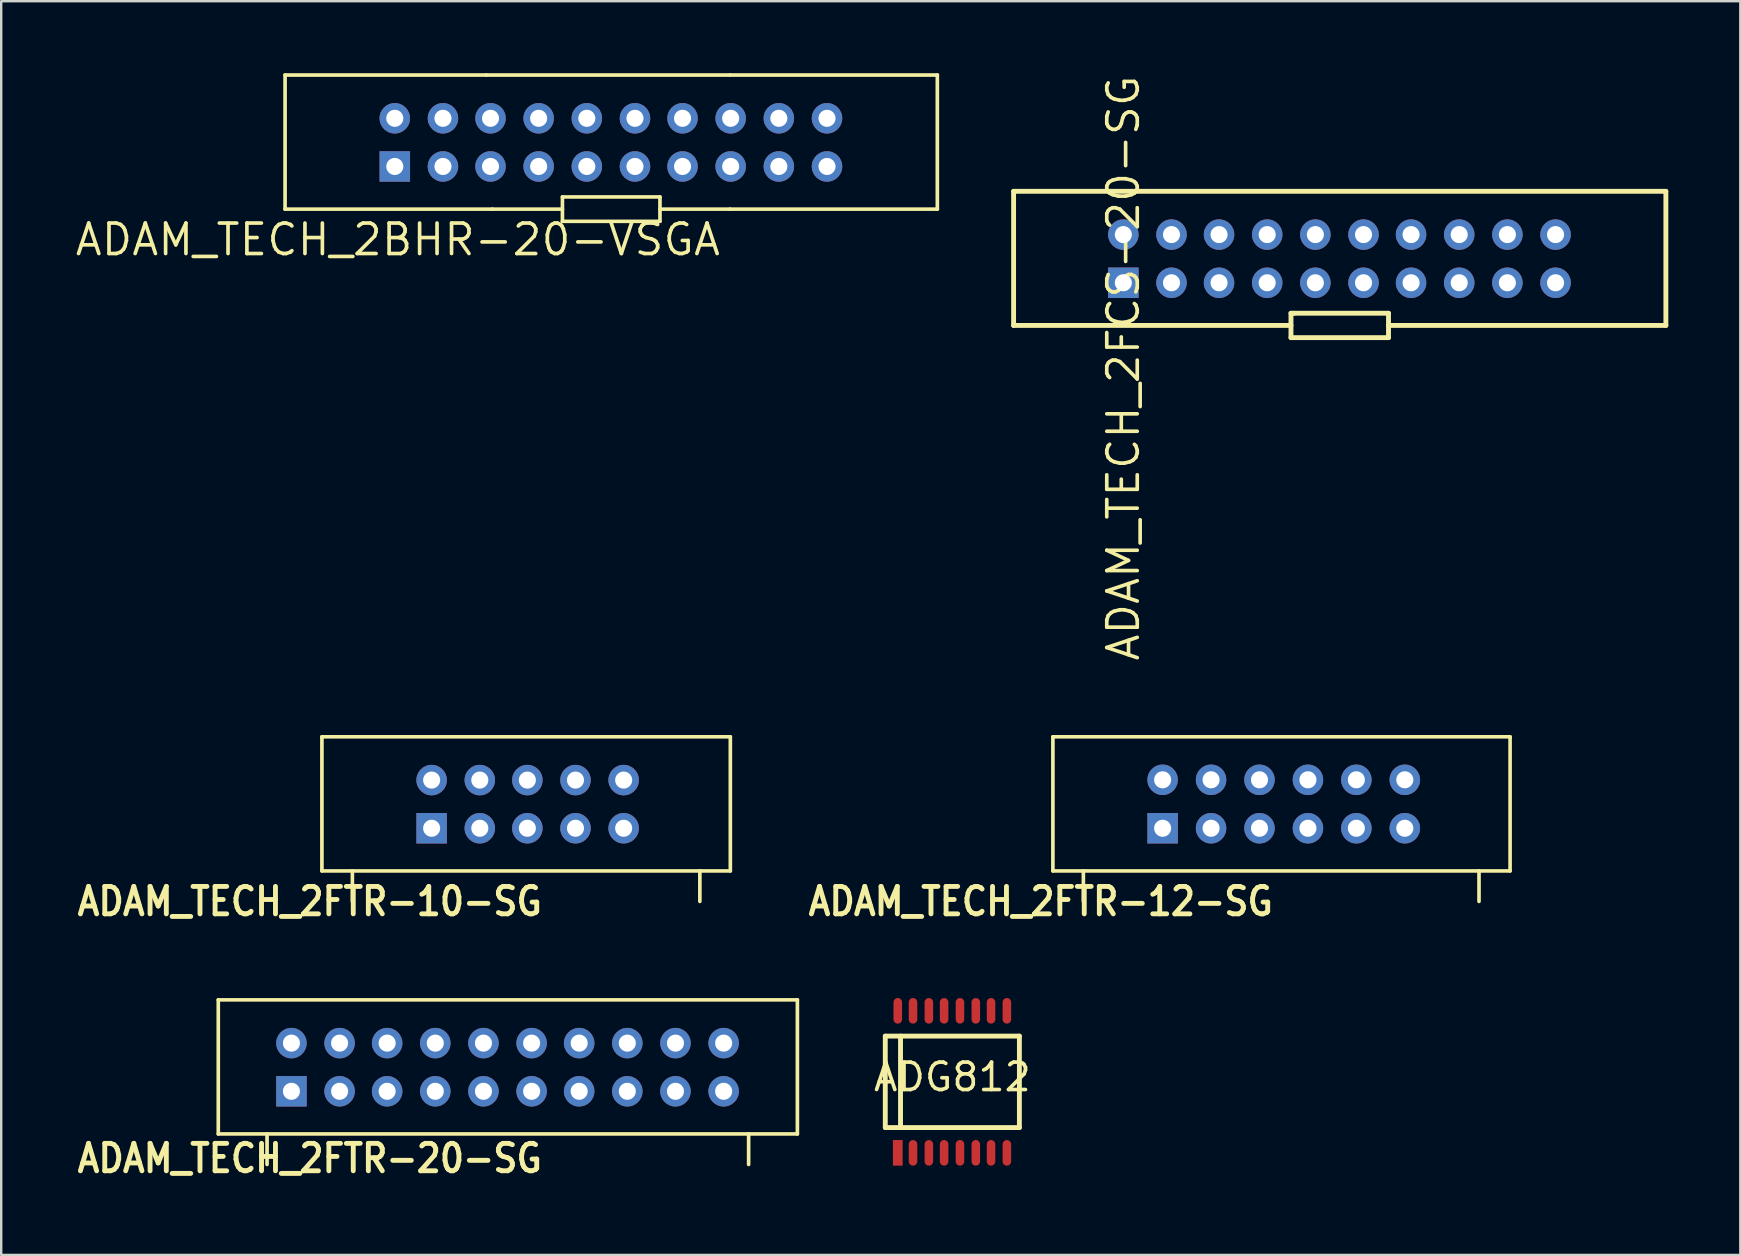
<source format=kicad_pcb>
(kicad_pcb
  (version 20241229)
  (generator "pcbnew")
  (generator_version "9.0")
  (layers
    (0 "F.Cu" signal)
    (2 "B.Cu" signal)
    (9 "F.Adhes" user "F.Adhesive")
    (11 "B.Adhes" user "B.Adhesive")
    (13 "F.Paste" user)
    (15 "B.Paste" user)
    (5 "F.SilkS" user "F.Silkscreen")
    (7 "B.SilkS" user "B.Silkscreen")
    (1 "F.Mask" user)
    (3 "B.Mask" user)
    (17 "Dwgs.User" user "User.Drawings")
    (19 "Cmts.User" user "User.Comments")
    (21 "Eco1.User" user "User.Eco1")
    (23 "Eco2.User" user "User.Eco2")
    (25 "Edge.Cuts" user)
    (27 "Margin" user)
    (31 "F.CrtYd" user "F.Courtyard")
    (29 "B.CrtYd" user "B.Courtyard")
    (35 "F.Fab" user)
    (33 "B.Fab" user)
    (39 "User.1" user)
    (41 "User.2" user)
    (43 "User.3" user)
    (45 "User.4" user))
  (footprint "ADAM_TECH_2BHR-20-VSGA"
    (layer "F.Cu")
    (at 13.4 3.886)
    (property "Reference" "ADAM_TECH_2BHR-20-VSGA" (at 0.127 3.048 0) (layer "F.SilkS") (effects (font (size 1.27 1.27) (thickness 0.152))))
    (attr through_hole)
    (fp_line (start -4.572 -3.81) (end -4.572 1.778) (stroke (width 0.152) (type solid)) (layer "F.SilkS"))
    (fp_line (start 3.81 -3.81) (end -4.572 -3.81) (stroke (width 0.152) (type solid)) (layer "F.SilkS"))
    (fp_line (start 3.81 -3.81) (end 13.97 -3.81) (stroke (width 0.152) (type solid)) (layer "F.SilkS"))
    (fp_line (start 4.064 1.778) (end -4.572 1.778) (stroke (width 0.152) (type solid)) (layer "F.SilkS"))
    (fp_line (start 4.064 1.778) (end 6.985 1.778) (stroke (width 0.152) (type solid)) (layer "F.SilkS"))
    (fp_line (start 6.985 1.27) (end 6.985 2.286) (stroke (width 0.152) (type solid)) (layer "F.SilkS"))
    (fp_line (start 6.985 1.27) (end 11.049 1.27) (stroke (width 0.152) (type solid)) (layer "F.SilkS"))
    (fp_line (start 11.049 1.27) (end 11.049 2.286) (stroke (width 0.152) (type solid)) (layer "F.SilkS"))
    (fp_line (start 11.049 2.286) (end 6.985 2.286) (stroke (width 0.152) (type solid)) (layer "F.SilkS"))
    (fp_line (start 13.97 1.778) (end 11.049 1.778) (stroke (width 0.152) (type solid)) (layer "F.SilkS"))
    (fp_line (start 22.606 -3.81) (end 13.97 -3.81) (stroke (width 0.152) (type solid)) (layer "F.SilkS"))
    (fp_line (start 22.606 -3.81) (end 22.606 1.778) (stroke (width 0.152) (type solid)) (layer "F.SilkS"))
    (fp_line (start 22.606 1.778) (end 13.97 1.778) (stroke (width 0.152) (type solid)) (layer "F.SilkS"))
    (pad "1" thru_hole rect (at 0 0) (size 1.27 1.27) (drill 0.711) (layers "*.Cu" "*.Mask" "Eco1.User"))
    (pad "2" thru_hole circle (at 0 -2.007) (size 1.27 1.27) (drill 0.711) (layers "*.Cu" "*.Mask" "Eco1.User"))
    (pad "3" thru_hole circle (at 2.007 0) (size 1.27 1.27) (drill 0.711) (layers "*.Cu" "*.Mask" "Eco1.User"))
    (pad "4" thru_hole circle (at 2.007 -2.007) (size 1.27 1.27) (drill 0.711) (layers "*.Cu" "*.Mask" "Eco1.User"))
    (pad "5" thru_hole circle (at 3.988 0) (size 1.27 1.27) (drill 0.711) (layers "*.Cu" "*.Mask" "Eco1.User"))
    (pad "6" thru_hole circle (at 3.988 -2.007) (size 1.27 1.27) (drill 0.711) (layers "*.Cu" "*.Mask" "Eco1.User"))
    (pad "7" thru_hole circle (at 5.994 0) (size 1.27 1.27) (drill 0.711) (layers "*.Cu" "*.Mask" "Eco1.User"))
    (pad "8" thru_hole circle (at 5.994 -2.007) (size 1.27 1.27) (drill 0.711) (layers "*.Cu" "*.Mask" "Eco1.User"))
    (pad "9" thru_hole circle (at 8.001 0) (size 1.27 1.27) (drill 0.711) (layers "*.Cu" "*.Mask" "Eco1.User"))
    (pad "10" thru_hole circle (at 8.001 -2.007) (size 1.27 1.27) (drill 0.711) (layers "*.Cu" "*.Mask" "Eco1.User"))
    (pad "11" thru_hole circle (at 10.008 0) (size 1.27 1.27) (drill 0.711) (layers "*.Cu" "*.Mask" "Eco1.User"))
    (pad "12" thru_hole circle (at 10.008 -2.007) (size 1.27 1.27) (drill 0.711) (layers "*.Cu" "*.Mask" "Eco1.User"))
    (pad "13" thru_hole circle (at 11.989 0) (size 1.27 1.27) (drill 0.711) (layers "*.Cu" "*.Mask" "Eco1.User"))
    (pad "14" thru_hole circle (at 11.989 -2.007) (size 1.27 1.27) (drill 0.711) (layers "*.Cu" "*.Mask" "Eco1.User"))
    (pad "15" thru_hole circle (at 13.995 0) (size 1.27 1.27) (drill 0.711) (layers "*.Cu" "*.Mask" "Eco1.User"))
    (pad "16" thru_hole circle (at 13.995 -2.007) (size 1.27 1.27) (drill 0.711) (layers "*.Cu" "*.Mask" "Eco1.User"))
    (pad "17" thru_hole circle (at 16.002 0) (size 1.27 1.27) (drill 0.711) (layers "*.Cu" "*.Mask" "Eco1.User"))
    (pad "18" thru_hole circle (at 16.002 -2.007) (size 1.27 1.27) (drill 0.711) (layers "*.Cu" "*.Mask" "Eco1.User"))
    (pad "19" thru_hole circle (at 18.009 0) (size 1.27 1.27) (drill 0.711) (layers "*.Cu" "*.Mask" "Eco1.User"))
    (pad "20" thru_hole circle (at 18.009 -2.007) (size 1.27 1.27) (drill 0.711) (layers "*.Cu" "*.Mask" "Eco1.User")))
  (footprint "ADAM_TECH_2FCS-20-SG"
    (layer "F.Cu")
    (at 43.756 8.732)
    (property "Reference" "ADAM_TECH_2FCS-20-SG" (at 0 3.556 90) (layer "F.SilkS") (effects (font (size 1.27 1.27) (thickness 0.152))))
    (attr through_hole)
    (fp_line (start -4.572 -3.81) (end 22.606 -3.81) (stroke (width 0.203) (type solid)) (layer "F.SilkS"))
    (fp_line (start -4.572 1.778) (end -4.572 -3.81) (stroke (width 0.203) (type solid)) (layer "F.SilkS"))
    (fp_line (start 6.985 1.27) (end 6.985 2.286) (stroke (width 0.203) (type solid)) (layer "F.SilkS"))
    (fp_line (start 6.985 1.778) (end -4.572 1.778) (stroke (width 0.203) (type solid)) (layer "F.SilkS"))
    (fp_line (start 6.985 2.286) (end 11.049 2.286) (stroke (width 0.203) (type solid)) (layer "F.SilkS"))
    (fp_line (start 7.112 1.27) (end 6.985 1.27) (stroke (width 0.203) (type solid)) (layer "F.SilkS"))
    (fp_line (start 11.049 1.27) (end 7.112 1.27) (stroke (width 0.203) (type solid)) (layer "F.SilkS"))
    (fp_line (start 11.049 1.778) (end 11.049 1.27) (stroke (width 0.203) (type solid)) (layer "F.SilkS"))
    (fp_line (start 11.049 2.286) (end 11.049 1.778) (stroke (width 0.203) (type solid)) (layer "F.SilkS"))
    (fp_line (start 22.606 -3.81) (end 22.606 1.778) (stroke (width 0.203) (type solid)) (layer "F.SilkS"))
    (fp_line (start 22.606 1.778) (end 11.049 1.778) (stroke (width 0.203) (type solid)) (layer "F.SilkS"))
    (fp_line (start -4.572 -3.81) (end -4.572 1.778) (stroke (width 0.152) (type solid)) (layer "Eco1.User"))
    (fp_line (start 3.81 -3.81) (end -4.572 -3.81) (stroke (width 0.152) (type solid)) (layer "Eco1.User"))
    (fp_line (start 3.81 -3.81) (end 13.97 -3.81) (stroke (width 0.152) (type solid)) (layer "Eco1.User"))
    (fp_line (start 4.064 1.778) (end -4.572 1.778) (stroke (width 0.152) (type solid)) (layer "Eco1.User"))
    (fp_line (start 4.064 1.778) (end 6.985 1.778) (stroke (width 0.152) (type solid)) (layer "Eco1.User"))
    (fp_line (start 6.985 1.27) (end 6.985 2.286) (stroke (width 0.152) (type solid)) (layer "Eco1.User"))
    (fp_line (start 6.985 1.27) (end 11.049 1.27) (stroke (width 0.152) (type solid)) (layer "Eco1.User"))
    (fp_line (start 11.049 1.27) (end 11.049 2.286) (stroke (width 0.152) (type solid)) (layer "Eco1.User"))
    (fp_line (start 11.049 2.286) (end 6.985 2.286) (stroke (width 0.152) (type solid)) (layer "Eco1.User"))
    (fp_line (start 13.97 1.778) (end 11.049 1.778) (stroke (width 0.152) (type solid)) (layer "Eco1.User"))
    (fp_line (start 22.606 -3.81) (end 13.97 -3.81) (stroke (width 0.152) (type solid)) (layer "Eco1.User"))
    (fp_line (start 22.606 -3.81) (end 22.606 1.778) (stroke (width 0.152) (type solid)) (layer "Eco1.User"))
    (fp_line (start 22.606 1.778) (end 13.97 1.778) (stroke (width 0.152) (type solid)) (layer "Eco1.User"))
    (pad "1" thru_hole rect (at 0 0) (size 1.27 1.27) (drill 0.711) (layers "*.Cu" "*.Mask" "Eco1.User"))
    (pad "2" thru_hole circle (at 0 -2.007) (size 1.27 1.27) (drill 0.711) (layers "*.Cu" "*.Mask" "Eco1.User"))
    (pad "3" thru_hole circle (at 2.007 0) (size 1.27 1.27) (drill 0.711) (layers "*.Cu" "*.Mask" "Eco1.User"))
    (pad "4" thru_hole circle (at 2.007 -2.007) (size 1.27 1.27) (drill 0.711) (layers "*.Cu" "*.Mask" "Eco1.User"))
    (pad "5" thru_hole circle (at 3.988 0) (size 1.27 1.27) (drill 0.711) (layers "*.Cu" "*.Mask" "Eco1.User"))
    (pad "6" thru_hole circle (at 3.988 -2.007) (size 1.27 1.27) (drill 0.711) (layers "*.Cu" "*.Mask" "Eco1.User"))
    (pad "7" thru_hole circle (at 5.994 0) (size 1.27 1.27) (drill 0.711) (layers "*.Cu" "*.Mask" "Eco1.User"))
    (pad "8" thru_hole circle (at 5.994 -2.007) (size 1.27 1.27) (drill 0.711) (layers "*.Cu" "*.Mask" "Eco1.User"))
    (pad "9" thru_hole circle (at 8.001 0) (size 1.27 1.27) (drill 0.711) (layers "*.Cu" "*.Mask" "Eco1.User"))
    (pad "10" thru_hole circle (at 8.001 -2.007) (size 1.27 1.27) (drill 0.711) (layers "*.Cu" "*.Mask" "Eco1.User"))
    (pad "11" thru_hole circle (at 10.008 0) (size 1.27 1.27) (drill 0.711) (layers "*.Cu" "*.Mask" "Eco1.User"))
    (pad "12" thru_hole circle (at 10.008 -2.007) (size 1.27 1.27) (drill 0.711) (layers "*.Cu" "*.Mask" "Eco1.User"))
    (pad "13" thru_hole circle (at 11.989 0) (size 1.27 1.27) (drill 0.711) (layers "*.Cu" "*.Mask" "Eco1.User"))
    (pad "14" thru_hole circle (at 11.989 -2.007) (size 1.27 1.27) (drill 0.711) (layers "*.Cu" "*.Mask" "Eco1.User"))
    (pad "15" thru_hole circle (at 13.995 0) (size 1.27 1.27) (drill 0.711) (layers "*.Cu" "*.Mask" "Eco1.User"))
    (pad "16" thru_hole circle (at 13.995 -2.007) (size 1.27 1.27) (drill 0.711) (layers "*.Cu" "*.Mask" "Eco1.User"))
    (pad "17" thru_hole circle (at 16.002 0) (size 1.27 1.27) (drill 0.711) (layers "*.Cu" "*.Mask" "Eco1.User"))
    (pad "18" thru_hole circle (at 16.002 -2.007) (size 1.27 1.27) (drill 0.711) (layers "*.Cu" "*.Mask" "Eco1.User"))
    (pad "19" thru_hole circle (at 18.009 0) (size 1.27 1.27) (drill 0.711) (layers "*.Cu" "*.Mask" "Eco1.User"))
    (pad "20" thru_hole circle (at 18.009 -2.007) (size 1.27 1.27) (drill 0.711) (layers "*.Cu" "*.Mask" "Eco1.User")))
  (footprint "ADAM_TECH_2FTR-12-SG"
    (layer "F.Cu")
    (at 45.393 31.461)
    (property "Reference" "ADAM_TECH_2FTR-12-SG" (at -5.08 3.048 180) (layer "F.SilkS") (effects (font (size 1.143 1.016) (thickness 0.203))))
    (attr smd)
    (fp_line (start -4.572 -3.81) (end -4.572 1.778) (stroke (width 0.152) (type solid)) (layer "F.SilkS"))
    (fp_line (start -4.572 -3.81) (end 14.478 -3.81) (stroke (width 0.15) (type solid)) (layer "F.SilkS"))
    (fp_line (start -4.572 1.778) (end 14.478 1.778) (stroke (width 0.15) (type solid)) (layer "F.SilkS"))
    (fp_line (start -3.302 1.778) (end -3.302 3.048) (stroke (width 0.152) (type solid)) (layer "F.SilkS"))
    (fp_line (start 13.183 1.778) (end 13.183 3.048) (stroke (width 0.152) (type solid)) (layer "F.SilkS"))
    (fp_line (start 14.478 1.778) (end 14.478 -3.81) (stroke (width 0.15) (type solid)) (layer "F.SilkS"))
    (pad "1" thru_hole rect (at 0 0) (size 1.27 1.27) (drill 0.711) (layers "*.Cu" "*.Mask"))
    (pad "2" thru_hole circle (at 0 -2.019) (size 1.27 1.27) (drill 0.711) (layers "*.Cu" "*.Mask"))
    (pad "3" thru_hole circle (at 2.019 0) (size 1.27 1.27) (drill 0.711) (layers "*.Cu" "*.Mask"))
    (pad "4" thru_hole circle (at 2.019 -2.019) (size 1.27 1.27) (drill 0.711) (layers "*.Cu" "*.Mask"))
    (pad "5" thru_hole circle (at 4.036 0) (size 1.27 1.27) (drill 0.711) (layers "*.Cu" "*.Mask"))
    (pad "6" thru_hole circle (at 4.036 -2.019) (size 1.27 1.27) (drill 0.711) (layers "*.Cu" "*.Mask"))
    (pad "7" thru_hole circle (at 6.055 0) (size 1.27 1.27) (drill 0.711) (layers "*.Cu" "*.Mask"))
    (pad "8" thru_hole circle (at 6.055 -2.019) (size 1.27 1.27) (drill 0.711) (layers "*.Cu" "*.Mask"))
    (pad "9" thru_hole circle (at 8.072 0) (size 1.27 1.27) (drill 0.711) (layers "*.Cu" "*.Mask"))
    (pad "10" thru_hole circle (at 8.072 -2.019) (size 1.27 1.27) (drill 0.711) (layers "*.Cu" "*.Mask"))
    (pad "11" thru_hole circle (at 10.091 0) (size 1.27 1.27) (drill 0.711) (layers "*.Cu" "*.Mask"))
    (pad "12" thru_hole circle (at 10.091 -2.019) (size 1.27 1.27) (drill 0.711) (layers "*.Cu" "*.Mask")))
  (footprint "ADAM_TECH_2FTR-10-SG"
    (layer "F.Cu")
    (at 14.935 31.461)
    (property "Reference" "ADAM_TECH_2FTR-10-SG" (at -5.08 3.048 180) (layer "F.SilkS") (effects (font (size 1.143 1.016) (thickness 0.203))))
    (attr smd)
    (fp_line (start -4.572 -3.81) (end -4.572 1.778) (stroke (width 0.152) (type solid)) (layer "F.SilkS"))
    (fp_line (start -3.302 1.778) (end -3.302 3.048) (stroke (width 0.152) (type solid)) (layer "F.SilkS"))
    (fp_line (start 11.176 1.778) (end 11.176 3.048) (stroke (width 0.152) (type solid)) (layer "F.SilkS"))
    (fp_line (start 12.446 -3.81) (end -4.572 -3.81) (stroke (width 0.15) (type solid)) (layer "F.SilkS"))
    (fp_line (start 12.446 -3.81) (end 12.446 1.778) (stroke (width 0.152) (type solid)) (layer "F.SilkS"))
    (fp_line (start 12.446 1.778) (end -4.572 1.778) (stroke (width 0.15) (type solid)) (layer "F.SilkS"))
    (pad "1" thru_hole rect (at 0 0) (size 1.27 1.27) (drill 0.711) (layers "*.Cu" "*.Mask"))
    (pad "2" thru_hole circle (at 0 -2.007) (size 1.27 1.27) (drill 0.711) (layers "*.Cu" "*.Mask"))
    (pad "3" thru_hole circle (at 2.007 0) (size 1.27 1.27) (drill 0.711) (layers "*.Cu" "*.Mask"))
    (pad "4" thru_hole circle (at 2.007 -2.007) (size 1.27 1.27) (drill 0.711) (layers "*.Cu" "*.Mask"))
    (pad "5" thru_hole circle (at 3.988 0) (size 1.27 1.27) (drill 0.711) (layers "*.Cu" "*.Mask"))
    (pad "6" thru_hole circle (at 3.988 -2.007) (size 1.27 1.27) (drill 0.711) (layers "*.Cu" "*.Mask"))
    (pad "7" thru_hole circle (at 5.994 0) (size 1.27 1.27) (drill 0.711) (layers "*.Cu" "*.Mask"))
    (pad "8" thru_hole circle (at 5.994 -2.007) (size 1.27 1.27) (drill 0.711) (layers "*.Cu" "*.Mask"))
    (pad "9" thru_hole circle (at 8.001 0) (size 1.27 1.27) (drill 0.711) (layers "*.Cu" "*.Mask"))
    (pad "10" thru_hole circle (at 8.001 -2.007) (size 1.27 1.27) (drill 0.711) (layers "*.Cu" "*.Mask")))
  (footprint "ADAM_TECH_2FTR-20-SG"
    (layer "F.Cu")
    (at 9.093 42.421)
    (property "Reference" "ADAM_TECH_2FTR-20-SG" (at 0.762 2.794 180) (layer "F.SilkS") (effects (font (size 1.143 1.016) (thickness 0.203))))
    (attr smd)
    (fp_line (start -3.048 -3.81) (end -3.048 1.778) (stroke (width 0.152) (type solid)) (layer "F.SilkS"))
    (fp_line (start -3.048 -3.81) (end 21.082 -3.81) (stroke (width 0.15) (type solid)) (layer "F.SilkS"))
    (fp_line (start -1.016 1.778) (end -1.016 3.048) (stroke (width 0.152) (type solid)) (layer "F.SilkS"))
    (fp_line (start 19.05 1.778) (end 19.05 3.048) (stroke (width 0.152) (type solid)) (layer "F.SilkS"))
    (fp_line (start 21.082 -3.81) (end 21.082 1.778) (stroke (width 0.152) (type solid)) (layer "F.SilkS"))
    (fp_line (start 21.082 1.778) (end -3.048 1.778) (stroke (width 0.15) (type solid)) (layer "F.SilkS"))
    (pad "1" thru_hole rect (at 0 0) (size 1.27 1.27) (drill 0.711) (layers "*.Cu" "*.Mask"))
    (pad "2" thru_hole circle (at 0 -2.007) (size 1.27 1.27) (drill 0.711) (layers "*.Cu" "*.Mask"))
    (pad "3" thru_hole circle (at 2.007 0) (size 1.27 1.27) (drill 0.711) (layers "*.Cu" "*.Mask"))
    (pad "4" thru_hole circle (at 2.007 -2.007) (size 1.27 1.27) (drill 0.711) (layers "*.Cu" "*.Mask"))
    (pad "5" thru_hole circle (at 3.988 0) (size 1.27 1.27) (drill 0.711) (layers "*.Cu" "*.Mask"))
    (pad "6" thru_hole circle (at 3.988 -2.007) (size 1.27 1.27) (drill 0.711) (layers "*.Cu" "*.Mask"))
    (pad "7" thru_hole circle (at 5.994 0) (size 1.27 1.27) (drill 0.711) (layers "*.Cu" "*.Mask"))
    (pad "8" thru_hole circle (at 5.994 -2.007) (size 1.27 1.27) (drill 0.711) (layers "*.Cu" "*.Mask"))
    (pad "9" thru_hole circle (at 8.001 0) (size 1.27 1.27) (drill 0.711) (layers "*.Cu" "*.Mask"))
    (pad "10" thru_hole circle (at 8.001 -2.007) (size 1.27 1.27) (drill 0.711) (layers "*.Cu" "*.Mask"))
    (pad "11" thru_hole circle (at 10.008 0) (size 1.27 1.27) (drill 0.711) (layers "*.Cu" "*.Mask"))
    (pad "12" thru_hole circle (at 10.008 -2.007) (size 1.27 1.27) (drill 0.711) (layers "*.Cu" "*.Mask"))
    (pad "13" thru_hole circle (at 11.989 0) (size 1.27 1.27) (drill 0.711) (layers "*.Cu" "*.Mask"))
    (pad "14" thru_hole circle (at 11.989 -2.007) (size 1.27 1.27) (drill 0.711) (layers "*.Cu" "*.Mask"))
    (pad "15" thru_hole circle (at 13.995 0) (size 1.27 1.27) (drill 0.711) (layers "*.Cu" "*.Mask"))
    (pad "16" thru_hole circle (at 13.995 -2.007) (size 1.27 1.27) (drill 0.711) (layers "*.Cu" "*.Mask"))
    (pad "17" thru_hole circle (at 16.002 0) (size 1.27 1.27) (drill 0.711) (layers "*.Cu" "*.Mask"))
    (pad "18" thru_hole circle (at 16.002 -2.007) (size 1.27 1.27) (drill 0.711) (layers "*.Cu" "*.Mask"))
    (pad "19" thru_hole circle (at 18.009 0) (size 1.27 1.27) (drill 0.711) (layers "*.Cu" "*.Mask"))
    (pad "20" thru_hole circle (at 18.009 -2.007) (size 1.27 1.27) (drill 0.711) (layers "*.Cu" "*.Mask")))
  (footprint "ADG812"
    (layer "F.Cu")
    (at 36.631 42.027)
    (property "Reference" "ADG812" (at 0 -0.201 180) (layer "F.SilkS") (effects (font (size 1.143 1.143) (thickness 0.152))))
    (attr smd)
    (fp_line (start -2.794 -1.905) (end -2.794 1.905) (stroke (width 0.203) (type solid)) (layer "F.SilkS"))
    (fp_line (start -2.794 1.905) (end 2.794 1.905) (stroke (width 0.203) (type solid)) (layer "F.SilkS"))
    (fp_line (start -2.159 -1.905) (end -2.159 1.905) (stroke (width 0.203) (type solid)) (layer "F.SilkS"))
    (fp_line (start 2.794 -1.905) (end -2.794 -1.905) (stroke (width 0.203) (type solid)) (layer "F.SilkS"))
    (fp_line (start 2.794 1.905) (end 2.794 -1.905) (stroke (width 0.203) (type solid)) (layer "F.SilkS"))
    (fp_line (start -2.794 -1.905) (end -2.794 1.905) (stroke (width 0.203) (type solid)) (layer "Eco1.User"))
    (fp_line (start -2.794 1.905) (end 2.794 1.905) (stroke (width 0.203) (type solid)) (layer "Eco1.User"))
    (fp_line (start -2.159 1.905) (end -2.159 -1.905) (stroke (width 0.203) (type solid)) (layer "Eco1.User"))
    (fp_line (start 2.794 -1.905) (end -2.794 -1.905) (stroke (width 0.203) (type solid)) (layer "Eco1.User"))
    (fp_line (start 2.794 1.905) (end 2.794 -1.905) (stroke (width 0.203) (type solid)) (layer "Eco1.User"))
    (pad "1" smd rect (at -2.273 2.959 90) (size 1.067 0.406) (layers "F.Cu" "F.Mask" "F.Paste" "Eco1.User"))
    (pad "2" smd oval (at -1.638 2.959 90) (size 1.067 0.356) (layers "F.Cu" "F.Mask" "F.Paste" "Eco1.User"))
    (pad "3" smd oval (at -0.978 2.959 90) (size 1.067 0.356) (layers "F.Cu" "F.Mask" "F.Paste" "Eco1.User"))
    (pad "4" smd oval (at -0.343 2.959 90) (size 1.067 0.356) (layers "F.Cu" "F.Mask" "F.Paste" "Eco1.User"))
    (pad "5" smd oval (at 0.318 2.959 90) (size 1.067 0.356) (layers "F.Cu" "F.Mask" "F.Paste" "Eco1.User"))
    (pad "6" smd oval (at 0.978 2.959 90) (size 1.067 0.356) (layers "F.Cu" "F.Mask" "F.Paste" "Eco1.User"))
    (pad "7" smd oval (at 1.613 2.959 90) (size 1.067 0.356) (layers "F.Cu" "F.Mask" "F.Paste" "Eco1.User"))
    (pad "8" smd oval (at 2.273 2.959 90) (size 1.067 0.356) (layers "F.Cu" "F.Mask" "F.Paste" "Eco1.User"))
    (pad "9" smd oval (at 2.273 -2.959 90) (size 1.067 0.356) (layers "F.Cu" "F.Mask" "F.Paste" "Eco1.User"))
    (pad "10" smd oval (at 1.613 -2.959 90) (size 1.067 0.356) (layers "F.Cu" "F.Mask" "F.Paste" "Eco1.User"))
    (pad "11" smd oval (at 0.978 -2.959 90) (size 1.067 0.356) (layers "F.Cu" "F.Mask" "F.Paste" "Eco1.User"))
    (pad "12" smd oval (at 0.318 -2.959 90) (size 1.067 0.356) (layers "F.Cu" "F.Mask" "F.Paste" "Eco1.User"))
    (pad "13" smd oval (at -0.343 -2.959 90) (size 1.067 0.356) (layers "F.Cu" "F.Mask" "F.Paste" "Eco1.User"))
    (pad "14" smd oval (at -0.978 -2.959 90) (size 1.067 0.356) (layers "F.Cu" "F.Mask" "F.Paste" "Eco1.User"))
    (pad "15" smd oval (at -1.638 -2.959 90) (size 1.067 0.356) (layers "F.Cu" "F.Mask" "F.Paste" "Eco1.User"))
    (pad "16" smd oval (at -2.273 -2.959 90) (size 1.067 0.356) (layers "F.Cu" "F.Mask" "F.Paste" "Eco1.User")))
  (gr_rect
    (start -3 -3)
    (end 69.464 49.24)
    (stroke (width 0.1) (type default))
    (fill no)
    (layer "Edge.Cuts")))
</source>
